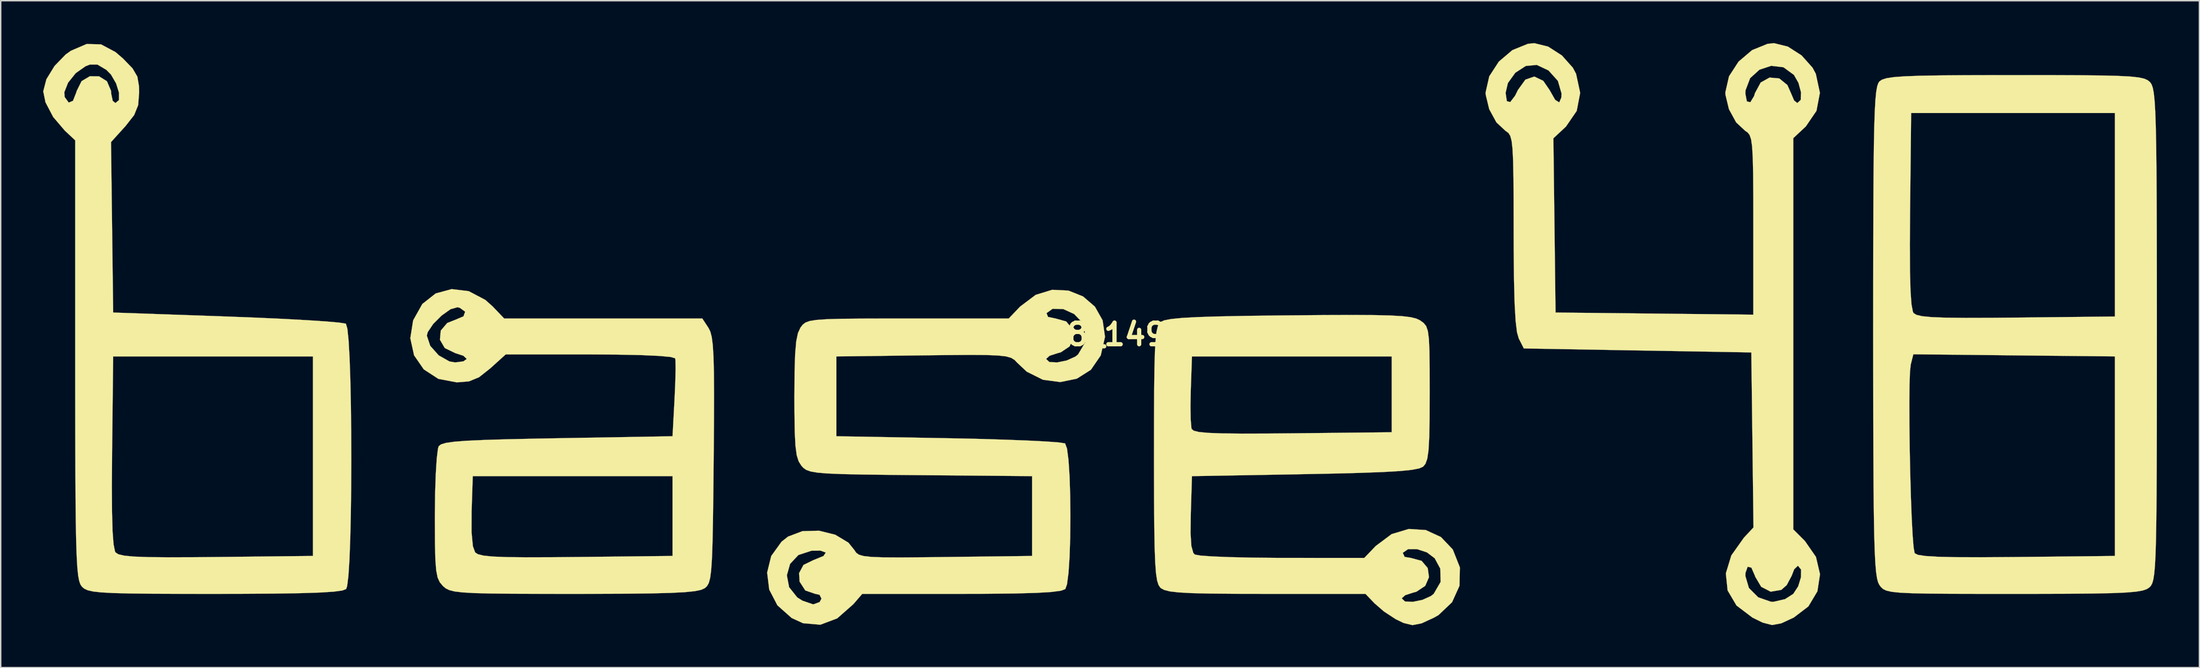
<source format=kicad_pcb>
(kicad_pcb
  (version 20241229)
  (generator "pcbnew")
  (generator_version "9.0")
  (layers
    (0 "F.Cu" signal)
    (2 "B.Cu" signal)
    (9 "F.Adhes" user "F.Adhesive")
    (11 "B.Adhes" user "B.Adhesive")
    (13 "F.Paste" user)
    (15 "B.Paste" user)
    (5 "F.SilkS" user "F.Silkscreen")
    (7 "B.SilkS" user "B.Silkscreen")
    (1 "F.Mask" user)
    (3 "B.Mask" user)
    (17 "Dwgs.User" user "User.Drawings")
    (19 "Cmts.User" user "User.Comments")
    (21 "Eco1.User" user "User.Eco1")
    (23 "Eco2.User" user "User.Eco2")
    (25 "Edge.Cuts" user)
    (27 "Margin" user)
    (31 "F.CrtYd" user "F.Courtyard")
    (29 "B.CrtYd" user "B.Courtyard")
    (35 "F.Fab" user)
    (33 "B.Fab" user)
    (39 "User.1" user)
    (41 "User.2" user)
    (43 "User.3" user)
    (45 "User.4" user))
  (footprint "base48_149x41"
    (layer "F.Cu")
    (at 74.512 20.606)
    (property "Reference" "base48_149x41" (at 0 0 0) (layer "F.SilkS") (effects (font (size 1.524 1.524) (thickness 0.3))))
    (attr through_hole)
    (fp_poly (pts (xy -70.426 -20.518) (xy -69.404 -19.973) (xy -68.874 -19.517) (xy -68.199 -18.818) (xy -67.859 -18.237) (xy -67.742 -17.543) (xy -67.733 -17.119) (xy -67.803 -16.219) (xy -68.085 -15.518) (xy -68.692 -14.745) (xy -68.727 -14.706) (xy -69.72 -13.607) (xy -69.644 -7.579) (xy -69.568 -1.552) (xy -61.524 -1.27) (xy -59.438 -1.189) (xy -57.528 -1.102) (xy -55.87 -1.011) (xy -54.538 -0.923) (xy -53.608 -0.841) (xy -53.153 -0.77) (xy -53.128 -0.759) (xy -53.027 -0.42) (xy -52.941 0.401) (xy -52.871 1.623) (xy -52.816 3.162) (xy -52.778 4.938) (xy -52.755 6.868) (xy -52.748 8.87) (xy -52.757 10.862) (xy -52.782 12.762) (xy -52.823 14.488) (xy -52.88 15.958) (xy -52.953 17.09) (xy -53.043 17.802) (xy -53.114 18.006) (xy -53.385 18.108) (xy -53.996 18.19) (xy -54.989 18.253) (xy -56.402 18.298) (xy -58.275 18.327) (xy -60.649 18.342) (xy -62.384 18.344) (xy -64.876 18.343) (xy -66.864 18.335) (xy -68.409 18.317) (xy -69.572 18.287) (xy -70.414 18.241) (xy -70.995 18.175) (xy -71.376 18.087) (xy -71.618 17.972) (xy -71.782 17.829) (xy -71.782 17.828) (xy -71.883 17.676) (xy -71.969 17.43) (xy -72.041 17.048) (xy -72.099 16.484) (xy -72.145 15.693) (xy -72.181 14.63) (xy -72.208 13.251) (xy -72.227 11.51) (xy -72.231 10.685) (xy -69.66 10.685) (xy -69.649 12.551) (xy -69.61 13.925) (xy -69.54 14.842) (xy -69.439 15.338) (xy -69.393 15.421) (xy -69.193 15.548) (xy -68.787 15.642) (xy -68.113 15.707) (xy -67.107 15.745) (xy -65.707 15.76) (xy -63.85 15.754) (xy -62.262 15.739) (xy -55.457 15.663) (xy -55.457 1.552) (xy -69.568 1.552) (xy -69.644 8.29) (xy -69.66 10.685) (xy -72.231 10.685) (xy -72.239 9.364) (xy -72.246 6.767) (xy -72.249 3.675) (xy -72.249 1.791) (xy -72.249 -13.73) (xy -72.981 -14.415) (xy -73.807 -15.384) (xy -74.349 -16.42) (xy -74.493 -17.128) (xy -73.021 -17.128) (xy -72.994 -16.794) (xy -72.707 -16.399) (xy -72.407 -16.526) (xy -72.166 -17.139) (xy -72.152 -17.208) (xy -71.8 -17.917) (xy -71.216 -18.263) (xy -70.563 -18.257) (xy -70.009 -17.911) (xy -69.72 -17.235) (xy -69.709 -17.04) (xy -69.601 -16.526) (xy -69.409 -16.369) (xy -69.157 -16.58) (xy -69.157 -17.1) (xy -69.362 -17.759) (xy -69.725 -18.385) (xy -70.054 -18.718) (xy -70.681 -19.089) (xy -71.213 -19.09) (xy -71.52 -18.971) (xy -72.212 -18.484) (xy -72.754 -17.807) (xy -73.021 -17.128) (xy -74.493 -17.128) (xy -74.507 -17.195) (xy -74.285 -18.052) (xy -73.711 -18.988) (xy -72.923 -19.803) (xy -72.553 -20.066) (xy -71.442 -20.544) (xy -70.426 -20.518)) (stroke (width 0.01) (type solid)) (fill yes) (layer "F.SilkS"))
    (fp_poly (pts (xy -44.452 -3.063) (xy -43.275 -2.442) (xy -42.764 -1.983) (xy -41.946 -1.129) (xy -27.953 -1.129) (xy -27.511 -0.455) (xy -27.385 -0.198) (xy -27.287 0.184) (xy -27.214 0.752) (xy -27.164 1.568) (xy -27.135 2.695) (xy -27.125 4.193) (xy -27.13 6.125) (xy -27.149 8.552) (xy -27.152 8.882) (xy -27.177 11.326) (xy -27.203 13.267) (xy -27.234 14.767) (xy -27.275 15.887) (xy -27.33 16.688) (xy -27.403 17.232) (xy -27.498 17.581) (xy -27.62 17.796) (xy -27.773 17.937) (xy -27.782 17.944) (xy -28.038 18.061) (xy -28.487 18.154) (xy -29.187 18.225) (xy -30.194 18.277) (xy -31.566 18.312) (xy -33.358 18.334) (xy -35.629 18.343) (xy -37.025 18.344) (xy -39.473 18.343) (xy -41.42 18.336) (xy -42.927 18.319) (xy -44.058 18.29) (xy -44.875 18.243) (xy -45.44 18.176) (xy -45.817 18.084) (xy -46.067 17.963) (xy -46.254 17.81) (xy -46.284 17.78) (xy -46.499 17.523) (xy -46.651 17.188) (xy -46.751 16.682) (xy -46.81 15.912) (xy -46.838 14.785) (xy -46.841 13.981) (xy -44.254 13.981) (xy -44.16 14.972) (xy -43.999 15.414) (xy -43.803 15.542) (xy -43.414 15.638) (xy -42.767 15.705) (xy -41.799 15.744) (xy -40.445 15.76) (xy -38.642 15.755) (xy -36.862 15.739) (xy -30.057 15.663) (xy -30.057 10.019) (xy -44.168 10.019) (xy -44.25 12.516) (xy -44.254 13.981) (xy -46.841 13.981) (xy -46.845 13.208) (xy -46.845 12.771) (xy -46.827 11.218) (xy -46.78 9.845) (xy -46.711 8.762) (xy -46.626 8.074) (xy -46.573 7.902) (xy -46.416 7.775) (xy -46.083 7.672) (xy -45.514 7.588) (xy -44.652 7.519) (xy -43.438 7.462) (xy -41.812 7.412) (xy -39.716 7.366) (xy -38.181 7.338) (xy -30.057 7.197) (xy -29.916 4.58) (xy -29.863 3.404) (xy -29.841 2.436) (xy -29.851 1.82) (xy -29.869 1.687) (xy -30.177 1.593) (xy -30.998 1.516) (xy -32.28 1.458) (xy -33.972 1.423) (xy -35.902 1.411) (xy -41.842 1.411) (xy -42.935 2.399) (xy -43.726 3.025) (xy -44.438 3.317) (xy -45.293 3.387) (xy -46.597 3.14) (xy -47.628 2.469) (xy -48.313 1.476) (xy -48.58 0.263) (xy -48.551 0.081) (xy -47.413 0.081) (xy -47.171 0.806) (xy -46.574 1.476) (xy -45.817 1.907) (xy -45.417 1.976) (xy -44.832 1.902) (xy -44.591 1.729) (xy -44.834 1.504) (xy -45.402 1.319) (xy -46.145 0.96) (xy -46.487 0.372) (xy -46.429 -0.275) (xy -45.971 -0.814) (xy -45.404 -1.037) (xy -44.824 -1.284) (xy -44.707 -1.611) (xy -45.078 -1.883) (xy -45.25 -1.926) (xy -45.737 -1.788) (xy -46.364 -1.342) (xy -46.96 -0.748) (xy -47.349 -0.169) (xy -47.413 0.081) (xy -48.551 0.081) (xy -48.38 -0.999) (xy -47.73 -2.159) (xy -46.786 -2.903) (xy -45.658 -3.21) (xy -44.452 -3.063)) (stroke (width 0.01) (type solid)) (fill yes) (layer "F.SilkS"))
    (fp_poly (pts (xy 67.265 -18.343) (xy 69.279 -18.335) (xy 70.85 -18.318) (xy 72.036 -18.289) (xy 72.898 -18.244) (xy 73.496 -18.18) (xy 73.89 -18.095) (xy 74.14 -17.984) (xy 74.307 -17.844) (xy 74.322 -17.828) (xy 74.418 -17.683) (xy 74.501 -17.448) (xy 74.57 -17.081) (xy 74.627 -16.541) (xy 74.674 -15.784) (xy 74.71 -14.769) (xy 74.739 -13.453) (xy 74.759 -11.794) (xy 74.774 -9.75) (xy 74.782 -7.279) (xy 74.787 -4.338) (xy 74.789 -0.885) (xy 74.789 0.049) (xy 74.788 3.617) (xy 74.785 6.662) (xy 74.779 9.229) (xy 74.768 11.358) (xy 74.751 13.094) (xy 74.727 14.477) (xy 74.695 15.552) (xy 74.653 16.36) (xy 74.6 16.944) (xy 74.535 17.347) (xy 74.457 17.611) (xy 74.364 17.779) (xy 74.273 17.877) (xy 74.078 18.008) (xy 73.772 18.112) (xy 73.296 18.192) (xy 72.59 18.252) (xy 71.594 18.294) (xy 70.249 18.321) (xy 68.494 18.337) (xy 66.27 18.344) (xy 64.693 18.344) (xy 62.195 18.344) (xy 60.201 18.339) (xy 58.651 18.326) (xy 57.484 18.301) (xy 56.641 18.261) (xy 56.061 18.2) (xy 55.683 18.115) (xy 55.447 18.002) (xy 55.294 17.858) (xy 55.19 17.717) (xy 55.099 17.534) (xy 55.021 17.239) (xy 54.955 16.79) (xy 54.901 16.144) (xy 54.857 15.259) (xy 54.822 14.094) (xy 54.796 12.606) (xy 54.777 10.754) (xy 54.764 8.496) (xy 54.756 5.789) (xy 54.755 4.899) (xy 57.304 4.899) (xy 57.31 6.432) (xy 57.331 8.104) (xy 57.367 9.815) (xy 57.414 11.465) (xy 57.471 12.955) (xy 57.536 14.184) (xy 57.605 15.054) (xy 57.679 15.464) (xy 57.682 15.47) (xy 57.901 15.583) (xy 58.431 15.666) (xy 59.323 15.721) (xy 60.626 15.751) (xy 62.39 15.757) (xy 64.665 15.741) (xy 64.86 15.739) (xy 71.826 15.663) (xy 71.826 1.552) (xy 64.706 1.477) (xy 57.587 1.401) (xy 57.402 2.135) (xy 57.348 2.651) (xy 57.316 3.606) (xy 57.304 4.899) (xy 54.755 4.899) (xy 54.752 2.591) (xy 54.751 -0.184) (xy 54.752 -3.771) (xy 54.756 -6.365) (xy 57.34 -6.365) (xy 57.35 -4.474) (xy 57.388 -3.075) (xy 57.456 -2.135) (xy 57.554 -1.616) (xy 57.607 -1.512) (xy 57.806 -1.387) (xy 58.209 -1.293) (xy 58.879 -1.228) (xy 59.878 -1.189) (xy 61.268 -1.174) (xy 63.113 -1.179) (xy 64.879 -1.195) (xy 71.826 -1.27) (xy 71.826 -15.663) (xy 57.432 -15.663) (xy 57.357 -8.784) (xy 57.34 -6.365) (xy 54.756 -6.365) (xy 54.757 -6.836) (xy 54.765 -9.42) (xy 54.779 -11.564) (xy 54.799 -13.311) (xy 54.827 -14.702) (xy 54.863 -15.779) (xy 54.908 -16.583) (xy 54.964 -17.157) (xy 55.031 -17.541) (xy 55.111 -17.778) (xy 55.195 -17.901) (xy 55.379 -18.025) (xy 55.696 -18.124) (xy 56.205 -18.201) (xy 56.963 -18.258) (xy 58.029 -18.298) (xy 59.461 -18.324) (xy 61.317 -18.338) (xy 63.656 -18.344) (xy 64.746 -18.344) (xy 67.265 -18.343)) (stroke (width 0.01) (type solid)) (fill yes) (layer "F.SilkS"))
    (fp_poly (pts (xy 19.477 -1.371) (xy 20.637 -1.344) (xy 21.48 -1.296) (xy 22.069 -1.225) (xy 22.466 -1.129) (xy 22.732 -1.005) (xy 22.75 -0.993) (xy 22.997 -0.815) (xy 23.174 -0.596) (xy 23.294 -0.25) (xy 23.368 0.312) (xy 23.407 1.174) (xy 23.422 2.426) (xy 23.424 4.152) (xy 23.424 4.205) (xy 23.418 5.989) (xy 23.392 7.291) (xy 23.34 8.196) (xy 23.254 8.786) (xy 23.127 9.145) (xy 22.958 9.349) (xy 22.687 9.472) (xy 22.158 9.574) (xy 21.319 9.658) (xy 20.115 9.729) (xy 18.493 9.789) (xy 16.4 9.842) (xy 14.562 9.878) (xy 6.632 10.019) (xy 6.55 12.676) (xy 6.534 14.063) (xy 6.591 14.963) (xy 6.729 15.451) (xy 6.833 15.565) (xy 7.215 15.635) (xy 8.071 15.697) (xy 9.31 15.747) (xy 10.843 15.782) (xy 12.578 15.799) (xy 13 15.8) (xy 18.803 15.804) (xy 19.616 14.956) (xy 20.736 14.119) (xy 21.95 13.754) (xy 23.148 13.832) (xy 24.22 14.326) (xy 25.056 15.206) (xy 25.547 16.445) (xy 25.557 16.493) (xy 25.529 17.775) (xy 25.005 18.935) (xy 24.052 19.841) (xy 23.739 20.021) (xy 22.848 20.432) (xy 22.205 20.556) (xy 21.578 20.403) (xy 21.026 20.136) (xy 20.199 19.595) (xy 19.532 19.018) (xy 19.191 18.662) (xy 21.449 18.662) (xy 21.676 18.882) (xy 22.227 18.909) (xy 22.905 18.772) (xy 23.515 18.497) (xy 23.707 18.344) (xy 24.196 17.502) (xy 24.173 16.56) (xy 23.777 15.826) (xy 23.228 15.41) (xy 22.534 15.183) (xy 21.9 15.18) (xy 21.533 15.435) (xy 21.527 15.452) (xy 21.655 15.73) (xy 22.096 15.804) (xy 22.855 16.011) (xy 23.286 16.52) (xy 23.375 17.164) (xy 23.11 17.779) (xy 22.479 18.198) (xy 22.288 18.247) (xy 21.698 18.437) (xy 21.449 18.659) (xy 21.449 18.662) (xy 19.191 18.662) (xy 18.886 18.344) (xy 11.862 18.344) (xy 9.643 18.34) (xy 7.921 18.324) (xy 6.631 18.294) (xy 5.703 18.243) (xy 5.073 18.17) (xy 4.672 18.069) (xy 4.435 17.938) (xy 4.395 17.901) (xy 4.27 17.715) (xy 4.17 17.396) (xy 4.093 16.884) (xy 4.036 16.122) (xy 3.996 15.049) (xy 3.971 13.608) (xy 3.957 11.739) (xy 3.951 9.384) (xy 3.951 8.481) (xy 3.954 5.968) (xy 3.958 5.066) (xy 6.528 5.066) (xy 6.543 6.01) (xy 6.592 6.598) (xy 6.613 6.684) (xy 6.756 6.805) (xy 7.121 6.896) (xy 7.767 6.958) (xy 8.752 6.996) (xy 10.137 7.011) (xy 11.982 7.006) (xy 13.751 6.99) (xy 20.743 6.914) (xy 20.743 1.552) (xy 6.632 1.552) (xy 6.549 3.928) (xy 6.528 5.066) (xy 3.958 5.066) (xy 3.963 3.959) (xy 3.983 2.397) (xy 4.015 1.222) (xy 4.064 0.374) (xy 4.131 -0.205) (xy 4.22 -0.576) (xy 4.334 -0.796) (xy 4.417 -0.883) (xy 4.67 -0.999) (xy 5.156 -1.093) (xy 5.928 -1.17) (xy 7.042 -1.231) (xy 8.549 -1.279) (xy 10.504 -1.317) (xy 12.959 -1.347) (xy 13.48 -1.352) (xy 15.961 -1.373) (xy 17.939 -1.38) (xy 19.477 -1.371)) (stroke (width 0.01) (type solid)) (fill yes) (layer "F.SilkS"))
    (fp_poly (pts (xy 48.726 -20.359) (xy 49.697 -19.733) (xy 50.468 -18.867) (xy 50.699 -18.434) (xy 50.987 -17.091) (xy 50.745 -15.816) (xy 49.994 -14.715) (xy 49.931 -14.655) (xy 49.107 -13.885) (xy 49.107 13.785) (xy 49.933 14.611) (xy 50.709 15.731) (xy 50.995 16.956) (xy 50.811 18.164) (xy 50.173 19.233) (xy 49.139 20.021) (xy 48.255 20.43) (xy 47.608 20.549) (xy 46.948 20.379) (xy 46.219 20.021) (xy 45.096 19.169) (xy 44.468 18.104) (xy 44.362 17.074) (xy 45.72 17.074) (xy 45.974 17.931) (xy 46.63 18.59) (xy 47.527 18.901) (xy 47.696 18.909) (xy 48.524 18.718) (xy 49.107 18.344) (xy 49.454 17.812) (xy 49.648 17.173) (xy 49.657 16.627) (xy 49.45 16.371) (xy 49.419 16.369) (xy 49.17 16.608) (xy 48.993 17.066) (xy 48.643 17.726) (xy 48.257 18.064) (xy 47.51 18.191) (xy 46.841 17.847) (xy 46.413 17.123) (xy 46.398 17.066) (xy 46.147 16.491) (xy 45.885 16.424) (xy 45.729 16.864) (xy 45.72 17.074) (xy 44.362 17.074) (xy 44.343 16.899) (xy 44.73 15.626) (xy 45.619 14.372) (xy 46.296 13.645) (xy 46.22 7.458) (xy 46.143 1.27) (xy 38.108 1.129) (xy 30.073 0.988) (xy 29.716 0.282) (xy 29.591 -0.16) (xy 29.495 -0.96) (xy 29.425 -2.164) (xy 29.381 -3.818) (xy 29.359 -5.967) (xy 29.355 -7.257) (xy 29.352 -9.397) (xy 29.341 -11.042) (xy 29.318 -12.26) (xy 29.276 -13.121) (xy 29.21 -13.695) (xy 29.115 -14.049) (xy 28.985 -14.254) (xy 28.815 -14.378) (xy 28.79 -14.392) (xy 28.139 -14.998) (xy 27.63 -15.93) (xy 27.383 -16.949) (xy 27.378 -17.087) (xy 28.787 -17.087) (xy 28.875 -16.501) (xy 29.112 -16.437) (xy 29.458 -16.887) (xy 29.653 -17.286) (xy 30.183 -18.025) (xy 30.818 -18.242) (xy 31.45 -17.937) (xy 31.891 -17.292) (xy 32.288 -16.594) (xy 32.575 -16.412) (xy 32.723 -16.754) (xy 32.738 -17.043) (xy 32.481 -17.935) (xy 31.815 -18.675) (xy 30.988 -19.065) (xy 30.21 -18.99) (xy 29.474 -18.513) (xy 28.947 -17.782) (xy 28.787 -17.087) (xy 27.378 -17.087) (xy 27.377 -17.131) (xy 27.633 -18.26) (xy 28.308 -19.299) (xy 29.264 -20.111) (xy 30.362 -20.557) (xy 30.819 -20.601) (xy 31.793 -20.359) (xy 32.764 -19.733) (xy 33.535 -18.867) (xy 33.765 -18.434) (xy 34.054 -17.089) (xy 33.81 -15.813) (xy 33.055 -14.71) (xy 32.993 -14.65) (xy 32.162 -13.874) (xy 32.314 -1.552) (xy 39.299 -1.477) (xy 46.284 -1.401) (xy 46.284 -7.746) (xy 46.282 -9.8) (xy 46.271 -11.36) (xy 46.245 -12.501) (xy 46.199 -13.292) (xy 46.125 -13.808) (xy 46.018 -14.118) (xy 45.873 -14.296) (xy 45.723 -14.392) (xy 45.073 -14.998) (xy 44.563 -15.93) (xy 44.317 -16.949) (xy 44.313 -17.043) (xy 45.72 -17.043) (xy 45.828 -16.485) (xy 46.073 -16.426) (xy 46.338 -16.862) (xy 46.398 -17.066) (xy 46.805 -17.822) (xy 47.433 -18.17) (xy 48.117 -18.11) (xy 48.692 -17.64) (xy 48.938 -17.082) (xy 49.165 -16.55) (xy 49.394 -16.369) (xy 49.633 -16.591) (xy 49.651 -17.131) (xy 49.473 -17.797) (xy 49.151 -18.36) (xy 48.411 -18.899) (xy 47.549 -19.001) (xy 46.715 -18.725) (xy 46.059 -18.128) (xy 45.733 -17.267) (xy 45.72 -17.043) (xy 44.313 -17.043) (xy 44.31 -17.131) (xy 44.567 -18.26) (xy 45.241 -19.299) (xy 46.197 -20.111) (xy 47.295 -20.557) (xy 47.752 -20.601) (xy 48.726 -20.359)) (stroke (width 0.01) (type solid)) (fill yes) (layer "F.SilkS"))
    (fp_poly (pts (xy -2.095 -3.105) (xy -1.06 -2.69) (xy -0.224 -1.97) (xy 0.323 -1) (xy 0.491 0.166) (xy 0.192 1.473) (xy 0.186 1.488) (xy -0.506 2.497) (xy -1.5 3.126) (xy -2.67 3.365) (xy -3.891 3.203) (xy -5.038 2.63) (xy -5.717 1.992) (xy -5.901 1.798) (xy -6.014 1.729) (xy -3.669 1.729) (xy -3.442 1.948) (xy -2.891 1.976) (xy -2.212 1.838) (xy -1.603 1.564) (xy -1.411 1.411) (xy -0.912 0.56) (xy -0.951 -0.416) (xy -1.146 -0.879) (xy -1.688 -1.445) (xy -2.456 -1.796) (xy -3.185 -1.816) (xy -3.243 -1.796) (xy -3.64 -1.508) (xy -3.532 -1.241) (xy -2.998 -1.129) (xy -2.251 -0.922) (xy -1.829 -0.414) (xy -1.746 0.231) (xy -2.012 0.846) (xy -2.638 1.264) (xy -2.83 1.314) (xy -3.42 1.504) (xy -3.669 1.726) (xy -3.669 1.729) (xy -6.014 1.729) (xy -6.135 1.653) (xy -6.495 1.552) (xy -7.057 1.487) (xy -7.895 1.453) (xy -9.086 1.445) (xy -10.706 1.457) (xy -12.349 1.476) (xy -18.486 1.552) (xy -18.486 7.197) (xy -10.583 7.338) (xy -8.515 7.382) (xy -6.624 7.438) (xy -4.986 7.501) (xy -3.676 7.568) (xy -2.77 7.635) (xy -2.343 7.7) (xy -2.328 7.707) (xy -2.194 8.067) (xy -2.089 8.877) (xy -2.014 10.025) (xy -1.969 11.397) (xy -1.954 12.881) (xy -1.968 14.363) (xy -2.013 15.732) (xy -2.089 16.872) (xy -2.195 17.673) (xy -2.314 18.006) (xy -2.615 18.121) (xy -3.288 18.211) (xy -4.372 18.276) (xy -5.911 18.318) (xy -7.944 18.34) (xy -9.654 18.344) (xy -16.655 18.344) (xy -17.288 19.077) (xy -18.425 20.078) (xy -19.617 20.527) (xy -20.842 20.421) (xy -21.647 20.049) (xy -22.649 19.157) (xy -23.227 18.046) (xy -23.351 17.032) (xy -21.982 17.032) (xy -21.823 17.871) (xy -21.25 18.594) (xy -20.88 18.828) (xy -20.117 19.09) (xy -19.665 18.923) (xy -19.538 18.68) (xy -19.674 18.41) (xy -19.98 18.344) (xy -20.681 18.103) (xy -21.082 17.481) (xy -21.118 16.878) (xy -20.809 16.3) (xy -20.108 15.958) (xy -19.395 15.667) (xy -19.233 15.422) (xy -19.61 15.286) (xy -20.241 15.294) (xy -21.164 15.596) (xy -21.754 16.224) (xy -21.982 17.032) (xy -23.351 17.032) (xy -23.375 16.84) (xy -23.087 15.668) (xy -22.358 14.656) (xy -21.897 14.294) (xy -20.881 13.909) (xy -19.709 13.878) (xy -18.565 14.162) (xy -17.632 14.724) (xy -17.211 15.248) (xy -17.088 15.434) (xy -16.895 15.573) (xy -16.56 15.67) (xy -16.008 15.732) (xy -15.167 15.763) (xy -13.962 15.77) (xy -12.321 15.757) (xy -10.782 15.739) (xy -4.657 15.663) (xy -4.657 10.019) (xy -12.559 9.949) (xy -14.878 9.927) (xy -16.699 9.904) (xy -18.086 9.873) (xy -19.105 9.831) (xy -19.822 9.771) (xy -20.302 9.689) (xy -20.611 9.579) (xy -20.814 9.437) (xy -20.955 9.283) (xy -21.149 8.975) (xy -21.286 8.537) (xy -21.374 7.873) (xy -21.425 6.89) (xy -21.446 5.493) (xy -21.449 4.406) (xy -21.437 2.656) (xy -21.397 1.381) (xy -21.321 0.493) (xy -21.2 -0.097) (xy -21.026 -0.477) (xy -21.01 -0.502) (xy -20.861 -0.694) (xy -20.671 -0.842) (xy -20.372 -0.952) (xy -19.894 -1.03) (xy -19.169 -1.081) (xy -18.127 -1.11) (xy -16.7 -1.124) (xy -14.819 -1.129) (xy -13.442 -1.129) (xy -6.314 -1.129) (xy -5.502 -1.977) (xy -4.405 -2.803) (xy -3.239 -3.161) (xy -2.095 -3.105)) (stroke (width 0.01) (type solid)) (fill yes) (layer "F.SilkS")))
  (gr_rect
    (start -3 -3)
    (end 152.306 44.167)
    (stroke (width 0.1) (type default))
    (fill no)
    (layer "Edge.Cuts")))
</source>
